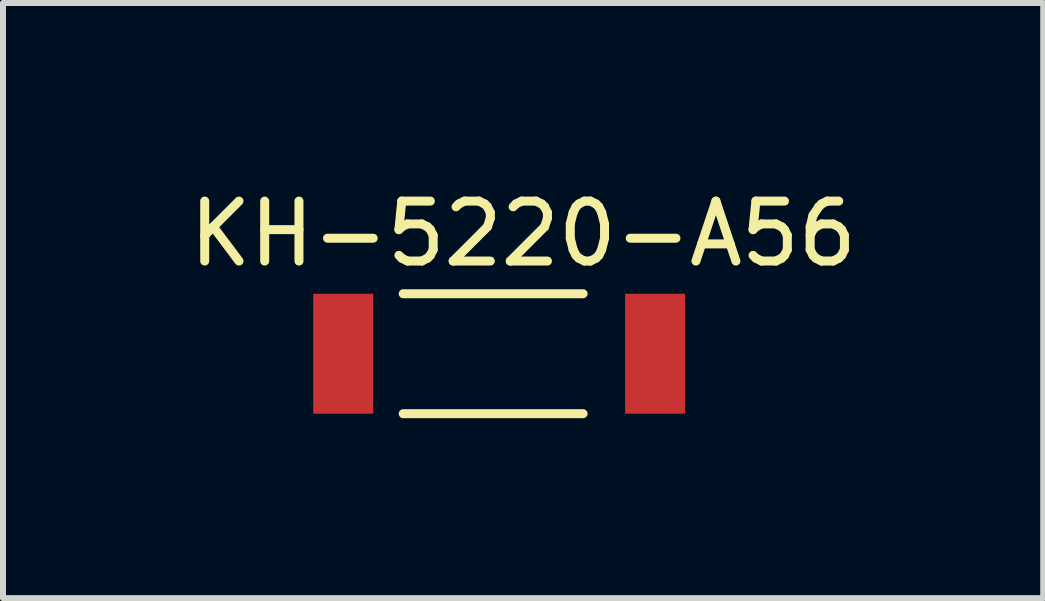
<source format=kicad_pcb>
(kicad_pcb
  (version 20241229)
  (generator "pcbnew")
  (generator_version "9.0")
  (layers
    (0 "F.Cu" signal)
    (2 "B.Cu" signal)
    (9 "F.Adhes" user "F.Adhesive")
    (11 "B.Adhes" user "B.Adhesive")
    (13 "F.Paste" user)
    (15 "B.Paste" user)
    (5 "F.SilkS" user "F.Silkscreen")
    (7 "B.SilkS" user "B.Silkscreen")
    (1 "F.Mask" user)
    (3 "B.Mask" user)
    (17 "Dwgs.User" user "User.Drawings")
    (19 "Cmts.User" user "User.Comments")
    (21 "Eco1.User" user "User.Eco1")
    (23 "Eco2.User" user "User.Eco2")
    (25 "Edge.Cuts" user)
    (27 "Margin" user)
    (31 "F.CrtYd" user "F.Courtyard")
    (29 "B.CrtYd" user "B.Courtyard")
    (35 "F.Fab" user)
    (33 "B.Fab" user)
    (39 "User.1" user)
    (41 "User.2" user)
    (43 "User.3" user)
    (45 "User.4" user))
  (footprint "KH-5220-A56"
    (layer "F.Cu")
    (at 2.673 2.848)
    (property "Reference" "KH-5220-A56" (at 3 -2 0) (layer "F.SilkS") (effects (font (size 1 1) (thickness 0.15))))
    (attr through_hole)
    (fp_line (start 1 -1) (end 4 -1) (stroke (width 0.15) (type solid)) (layer "F.SilkS"))
    (fp_line (start 1 1) (end 4 1) (stroke (width 0.15) (type solid)) (layer "F.SilkS"))
    (pad "1" smd rect (at 0 0) (size 1 2) (layers "F.Cu" "F.Mask" "F.Paste"))
    (pad "2" smd rect (at 5.2 0) (size 1 2) (layers "F.Cu" "F.Mask" "F.Paste")))
  (gr_rect
    (start -3 -3)
    (end 14.345 6.923)
    (stroke (width 0.1) (type default))
    (fill no)
    (layer "Edge.Cuts")))
</source>
